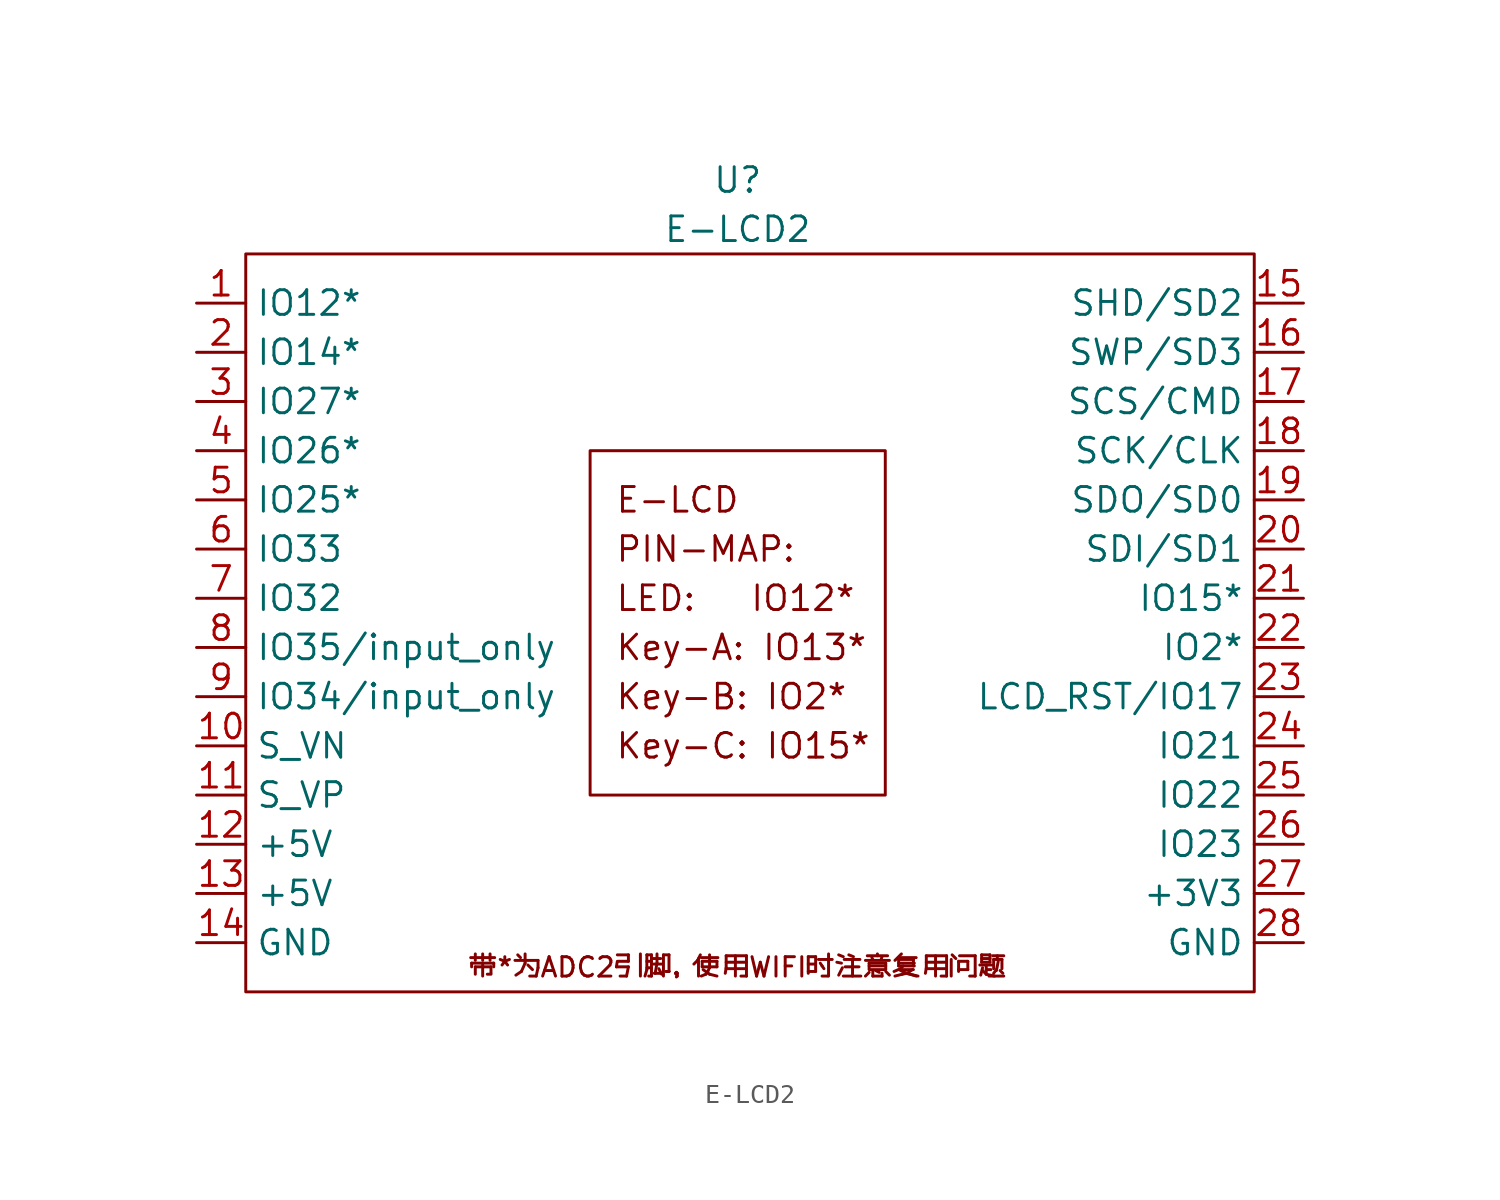
<source format=kicad_sym>
(kicad_symbol_lib
  (version 20211014)
  (generator kicad_symbol_editor)
  (symbol "E-LCD2"
    (property "Reference" "U"
      (at 0 22.86 0)
      (effects (font (size 1.27 1.27))))
    (property "Value" "E-LCD2"
      (at 0 20.32 0)
      (effects (font (size 1.27 1.27))))
    (symbol "E-LCD2_0_0"
      (rectangle (start -25.4 19.05) (end 26.67 -19.05) (stroke (width 0.152) (type default) (color 0 0 0 0)) (fill (type none)))
      (rectangle (start -7.62 8.89) (end 7.62 -8.89) (stroke (width 0.152) (type default) (color 0 0 0 0)) (fill (type none)))
      (text "E-LCD" (at -6.35 6.35 0) (effects (font (size 1.27 1.27)) (justify left)))
      (text "Key-A: IO13*" (at -6.35 -1.27 0) (effects (font (size 1.27 1.27)) (justify left)))
      (text "Key-B: IO2*" (at -6.35 -3.81 0) (effects (font (size 1.27 1.27)) (justify left)))
      (text "Key-C: IO15*" (at -6.35 -6.35 0) (effects (font (size 1.27 1.27)) (justify left)))
      (text "LED:   IO12*" (at -6.35 1.27 0) (effects (font (size 1.27 1.27)) (justify left)))
      (text "PIN-MAP:" (at -6.35 3.81 0) (effects (font (size 1.27 1.27)) (justify left)))
      (text "带*为ADC2引脚，使用WIFI时注意复用问题" (at 0 -17.78 0) (effects (font (size 1 1))))
      (pin passive line (at -27.94 16.51 0) (length 2.54) (name "IO12*" (effects (font (size 1.27 1.27)))) (number "1" (effects (font (size 1.27 1.27)))))
      (pin passive line (at -27.94 -6.35 0) (length 2.54) (name "S_VN" (effects (font (size 1.27 1.27)))) (number "10" (effects (font (size 1.27 1.27)))))
      (pin passive line (at -27.94 -8.89 0) (length 2.54) (name "S_VP" (effects (font (size 1.27 1.27)))) (number "11" (effects (font (size 1.27 1.27)))))
      (pin passive line (at -27.94 -11.43 0) (length 2.54) (name "+5V" (effects (font (size 1.27 1.27)))) (number "12" (effects (font (size 1.27 1.27)))))
      (pin passive line (at -27.94 -13.97 0) (length 2.54) (name "+5V" (effects (font (size 1.27 1.27)))) (number "13" (effects (font (size 1.27 1.27)))))
      (pin passive line (at -27.94 -16.51 0) (length 2.54) (name "GND" (effects (font (size 1.27 1.27)))) (number "14" (effects (font (size 1.27 1.27)))))
      (pin passive line (at 29.21 16.51 180) (length 2.54) (name "SHD/SD2" (effects (font (size 1.27 1.27)))) (number "15" (effects (font (size 1.27 1.27)))))
      (pin passive line (at 29.21 13.97 180) (length 2.54) (name "SWP/SD3" (effects (font (size 1.27 1.27)))) (number "16" (effects (font (size 1.27 1.27)))))
      (pin passive line (at 29.21 11.43 180) (length 2.54) (name "SCS/CMD" (effects (font (size 1.27 1.27)))) (number "17" (effects (font (size 1.27 1.27)))))
      (pin passive line (at 29.21 8.89 180) (length 2.54) (name "SCK/CLK" (effects (font (size 1.27 1.27)))) (number "18" (effects (font (size 1.27 1.27)))))
      (pin passive line (at 29.21 6.35 180) (length 2.54) (name "SDO/SD0" (effects (font (size 1.27 1.27)))) (number "19" (effects (font (size 1.27 1.27)))))
      (pin passive line (at -27.94 13.97 0) (length 2.54) (name "IO14*" (effects (font (size 1.27 1.27)))) (number "2" (effects (font (size 1.27 1.27)))))
      (pin passive line (at 29.21 3.81 180) (length 2.54) (name "SDI/SD1" (effects (font (size 1.27 1.27)))) (number "20" (effects (font (size 1.27 1.27)))))
      (pin passive line (at 29.21 1.27 180) (length 2.54) (name "IO15*" (effects (font (size 1.27 1.27)))) (number "21" (effects (font (size 1.27 1.27)))))
      (pin passive line (at 29.21 -1.27 180) (length 2.54) (name "IO2*" (effects (font (size 1.27 1.27)))) (number "22" (effects (font (size 1.27 1.27)))))
      (pin passive line (at 29.21 -3.81 180) (length 2.54) (name "LCD_RST/IO17" (effects (font (size 1.27 1.27)))) (number "23" (effects (font (size 1.27 1.27)))))
      (pin passive line (at 29.21 -6.35 180) (length 2.54) (name "IO21" (effects (font (size 1.27 1.27)))) (number "24" (effects (font (size 1.27 1.27)))))
      (pin passive line (at 29.21 -8.89 180) (length 2.54) (name "IO22" (effects (font (size 1.27 1.27)))) (number "25" (effects (font (size 1.27 1.27)))))
      (pin passive line (at 29.21 -11.43 180) (length 2.54) (name "IO23" (effects (font (size 1.27 1.27)))) (number "26" (effects (font (size 1.27 1.27)))))
      (pin passive line (at 29.21 -13.97 180) (length 2.54) (name "+3V3" (effects (font (size 1.27 1.27)))) (number "27" (effects (font (size 1.27 1.27)))))
      (pin passive line (at 29.21 -16.51 180) (length 2.54) (name "GND" (effects (font (size 1.27 1.27)))) (number "28" (effects (font (size 1.27 1.27)))))
      (pin passive line (at -27.94 11.43 0) (length 2.54) (name "IO27*" (effects (font (size 1.27 1.27)))) (number "3" (effects (font (size 1.27 1.27)))))
      (pin passive line (at -27.94 8.89 0) (length 2.54) (name "IO26*" (effects (font (size 1.27 1.27)))) (number "4" (effects (font (size 1.27 1.27)))))
      (pin passive line (at -27.94 6.35 0) (length 2.54) (name "IO25*" (effects (font (size 1.27 1.27)))) (number "5" (effects (font (size 1.27 1.27)))))
      (pin passive line (at -27.94 3.81 0) (length 2.54) (name "IO33" (effects (font (size 1.27 1.27)))) (number "6" (effects (font (size 1.27 1.27)))))
      (pin passive line (at -27.94 1.27 0) (length 2.54) (name "IO32" (effects (font (size 1.27 1.27)))) (number "7" (effects (font (size 1.27 1.27)))))
      (pin passive line (at -27.94 -1.27 0) (length 2.54) (name "IO35/input_only" (effects (font (size 1.27 1.27)))) (number "8" (effects (font (size 1.27 1.27)))))
      (pin passive line (at -27.94 -3.81 0) (length 2.54) (name "IO34/input_only" (effects (font (size 1.27 1.27)))) (number "9" (effects (font (size 1.27 1.27))))))))
</source>
